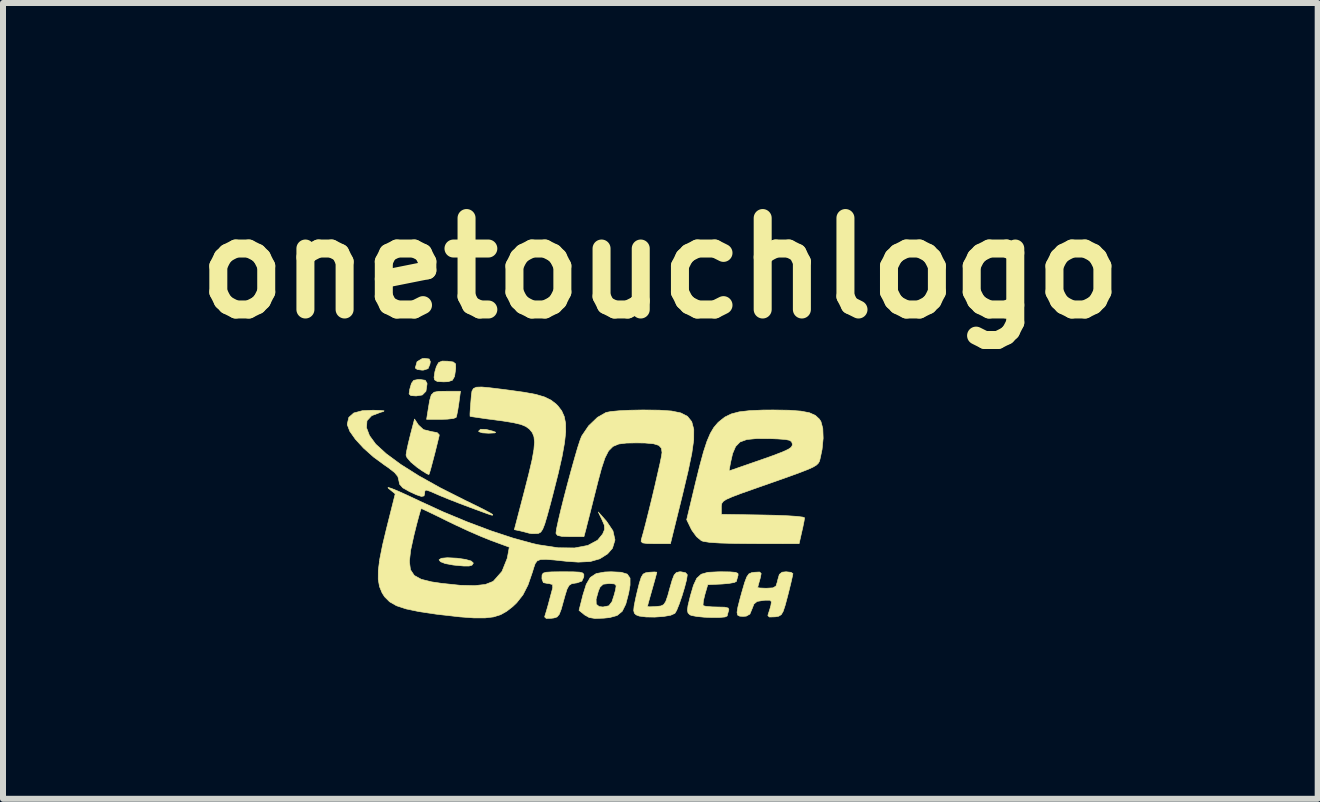
<source format=kicad_pcb>
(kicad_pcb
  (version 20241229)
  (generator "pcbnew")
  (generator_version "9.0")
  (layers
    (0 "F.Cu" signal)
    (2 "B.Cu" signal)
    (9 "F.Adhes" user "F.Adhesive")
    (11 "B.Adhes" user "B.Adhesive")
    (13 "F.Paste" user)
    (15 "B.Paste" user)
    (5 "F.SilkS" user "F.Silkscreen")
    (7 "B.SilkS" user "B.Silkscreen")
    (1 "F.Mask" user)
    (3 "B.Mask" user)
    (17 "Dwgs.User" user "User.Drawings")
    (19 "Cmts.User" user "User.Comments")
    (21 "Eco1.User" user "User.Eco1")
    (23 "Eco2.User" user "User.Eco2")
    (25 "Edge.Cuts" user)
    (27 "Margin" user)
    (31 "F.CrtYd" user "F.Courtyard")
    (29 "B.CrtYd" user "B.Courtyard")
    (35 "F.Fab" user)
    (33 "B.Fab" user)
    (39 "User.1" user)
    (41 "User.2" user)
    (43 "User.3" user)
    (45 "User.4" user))
  (footprint "onetouchlogo"
    (layer "F.Cu")
    (at 6.684 5.228)
    (property "Reference" "onetouchlogo" (at 1.27 -3.81 0) (layer "F.SilkS") (effects (font (size 1.524 1.524) (thickness 0.3))))
    (attr through_hole)
    (fp_poly (pts (xy -1.634 -1.122) (xy -1.524 -1.094) (xy -1.474 -1.075) (xy -1.488 -1.064) (xy -1.571 -1.06) (xy -1.592 -1.059) (xy -1.694 -1.065) (xy -1.753 -1.084) (xy -1.758 -1.094) (xy -1.725 -1.125) (xy -1.634 -1.122)) (stroke (width 0.01) (type solid)) (fill yes) (layer "F.SilkS"))
    (fp_poly (pts (xy -2.582 -2.296) (xy -2.563 -2.252) (xy -2.57 -2.208) (xy -2.601 -2.135) (xy -2.675 -2.111) (xy -2.701 -2.11) (xy -2.781 -2.121) (xy -2.814 -2.146) (xy -2.784 -2.251) (xy -2.699 -2.302) (xy -2.658 -2.306) (xy -2.582 -2.296)) (stroke (width 0.01) (type solid)) (fill yes) (layer "F.SilkS"))
    (fp_poly (pts (xy -2.648 -1.941) (xy -2.619 -1.893) (xy -2.618 -1.879) (xy -2.636 -1.758) (xy -2.697 -1.696) (xy -2.799 -1.68) (xy -2.887 -1.686) (xy -2.917 -1.714) (xy -2.907 -1.785) (xy -2.907 -1.788) (xy -2.877 -1.891) (xy -2.84 -1.94) (xy -2.772 -1.953) (xy -2.733 -1.954) (xy -2.648 -1.941)) (stroke (width 0.01) (type solid)) (fill yes) (layer "F.SilkS"))
    (fp_poly (pts (xy -2.114 1.024) (xy -1.977 1.044) (xy -1.882 1.071) (xy -1.847 1.104) (xy -1.848 1.109) (xy -1.869 1.14) (xy -1.917 1.154) (xy -2.008 1.154) (xy -2.158 1.14) (xy -2.185 1.137) (xy -2.315 1.113) (xy -2.394 1.082) (xy -2.418 1.05) (xy -2.378 1.025) (xy -2.279 1.016) (xy -2.114 1.024)) (stroke (width 0.01) (type solid)) (fill yes) (layer "F.SilkS"))
    (fp_poly (pts (xy -2.088 -1.556) (xy -2.107 -1.435) (xy -2.125 -1.347) (xy -2.134 -1.321) (xy -2.181 -1.304) (xy -2.282 -1.293) (xy -2.389 -1.29) (xy -2.625 -1.29) (xy -2.599 -1.456) (xy -2.574 -1.607) (xy -2.547 -1.697) (xy -2.501 -1.742) (xy -2.422 -1.757) (xy -2.298 -1.758) (xy -2.061 -1.758) (xy -2.088 -1.556)) (stroke (width 0.01) (type solid)) (fill yes) (layer "F.SilkS"))
    (fp_poly (pts (xy -2.276 -2.259) (xy -2.181 -2.246) (xy -2.142 -2.214) (xy -2.14 -2.144) (xy -2.141 -2.13) (xy -2.159 -2.006) (xy -2.195 -1.942) (xy -2.266 -1.918) (xy -2.343 -1.915) (xy -2.447 -1.921) (xy -2.492 -1.948) (xy -2.501 -1.99) (xy -2.487 -2.084) (xy -2.462 -2.169) (xy -2.425 -2.236) (xy -2.366 -2.261) (xy -2.276 -2.259)) (stroke (width 0.01) (type solid)) (fill yes) (layer "F.SilkS"))
    (fp_poly (pts (xy -2.762 -1.197) (xy -2.678 -1.119) (xy -2.55 -1.087) (xy -2.45 -1.069) (xy -2.415 -1.033) (xy -2.416 -1.016) (xy -2.447 -0.889) (xy -2.483 -0.743) (xy -2.521 -0.598) (xy -2.554 -0.474) (xy -2.578 -0.392) (xy -2.587 -0.37) (xy -2.622 -0.384) (xy -2.702 -0.434) (xy -2.785 -0.492) (xy -2.886 -0.576) (xy -2.952 -0.653) (xy -2.968 -0.694) (xy -2.957 -0.765) (xy -2.931 -0.885) (xy -2.896 -1.028) (xy -2.896 -1.029) (xy -2.826 -1.295) (xy -2.762 -1.197)) (stroke (width 0.01) (type solid)) (fill yes) (layer "F.SilkS"))
    (fp_poly (pts (xy -0.182 1.251) (xy -0.078 1.256) (xy -0.024 1.27) (xy -0.005 1.294) (xy -0.006 1.334) (xy -0.007 1.338) (xy -0.038 1.406) (xy -0.119 1.435) (xy -0.143 1.438) (xy -0.207 1.449) (xy -0.251 1.477) (xy -0.285 1.539) (xy -0.32 1.652) (xy -0.342 1.731) (xy -0.382 1.875) (xy -0.415 1.96) (xy -0.452 2.003) (xy -0.505 2.02) (xy -0.546 2.025) (xy -0.632 2.027) (xy -0.658 2.003) (xy -0.652 1.979) (xy -0.629 1.905) (xy -0.597 1.793) (xy -0.586 1.751) (xy -0.554 1.631) (xy -0.528 1.535) (xy -0.523 1.514) (xy -0.526 1.463) (xy -0.587 1.446) (xy -0.603 1.446) (xy -0.679 1.431) (xy -0.703 1.37) (xy -0.703 1.348) (xy -0.701 1.302) (xy -0.682 1.273) (xy -0.634 1.258) (xy -0.539 1.252) (xy -0.384 1.25) (xy -0.349 1.25) (xy -0.182 1.251)) (stroke (width 0.01) (type solid)) (fill yes) (layer "F.SilkS"))
    (fp_poly (pts (xy 0.617 1.258) (xy 0.719 1.289) (xy 0.765 1.356) (xy 0.765 1.473) (xy 0.742 1.606) (xy 0.694 1.789) (xy 0.635 1.908) (xy 0.55 1.978) (xy 0.425 2.013) (xy 0.328 2.023) (xy 0.181 2.028) (xy 0.084 2.012) (xy 0.011 1.971) (xy 0.006 1.967) (xy -0.085 1.893) (xy -0.038 1.708) (xy 0.199 1.708) (xy 0.202 1.791) (xy 0.251 1.83) (xy 0.314 1.837) (xy 0.412 1.817) (xy 0.464 1.749) (xy 0.464 1.749) (xy 0.499 1.641) (xy 0.523 1.553) (xy 0.534 1.481) (xy 0.506 1.452) (xy 0.419 1.446) (xy 0.415 1.446) (xy 0.318 1.457) (xy 0.265 1.506) (xy 0.238 1.569) (xy 0.199 1.708) (xy -0.038 1.708) (xy -0.021 1.64) (xy 0.035 1.46) (xy 0.103 1.344) (xy 0.201 1.28) (xy 0.343 1.254) (xy 0.449 1.25) (xy 0.617 1.258)) (stroke (width 0.01) (type solid)) (fill yes) (layer "F.SilkS"))
    (fp_poly (pts (xy 2.432 1.252) (xy 2.523 1.26) (xy 2.563 1.277) (xy 2.566 1.306) (xy 2.564 1.312) (xy 2.543 1.386) (xy 2.54 1.408) (xy 2.504 1.428) (xy 2.412 1.444) (xy 2.3 1.454) (xy 2.06 1.465) (xy 2.012 1.63) (xy 1.987 1.734) (xy 1.981 1.803) (xy 1.985 1.815) (xy 2.033 1.827) (xy 2.133 1.835) (xy 2.219 1.837) (xy 2.341 1.84) (xy 2.4 1.854) (xy 2.412 1.883) (xy 2.407 1.898) (xy 2.387 1.967) (xy 2.384 1.986) (xy 2.349 2.003) (xy 2.258 2.011) (xy 2.135 2.012) (xy 2 2.007) (xy 1.878 1.995) (xy 1.789 1.978) (xy 1.762 1.967) (xy 1.731 1.936) (xy 1.721 1.891) (xy 1.731 1.813) (xy 1.763 1.682) (xy 1.769 1.656) (xy 1.822 1.476) (xy 1.877 1.358) (xy 1.951 1.291) (xy 2.062 1.259) (xy 2.227 1.251) (xy 2.277 1.25) (xy 2.432 1.252)) (stroke (width 0.01) (type solid)) (fill yes) (layer "F.SilkS"))
    (fp_poly (pts (xy 1.69 1.266) (xy 1.719 1.299) (xy 1.707 1.382) (xy 1.675 1.506) (xy 1.632 1.649) (xy 1.585 1.786) (xy 1.542 1.893) (xy 1.512 1.943) (xy 1.443 1.974) (xy 1.322 1.995) (xy 1.176 2.005) (xy 1.033 2.003) (xy 0.918 1.988) (xy 0.866 1.968) (xy 0.837 1.94) (xy 0.826 1.896) (xy 0.833 1.82) (xy 0.858 1.696) (xy 0.881 1.596) (xy 0.92 1.439) (xy 0.951 1.342) (xy 0.983 1.289) (xy 1.025 1.267) (xy 1.085 1.258) (xy 1.171 1.253) (xy 1.211 1.257) (xy 1.211 1.258) (xy 1.201 1.299) (xy 1.175 1.395) (xy 1.138 1.526) (xy 1.133 1.544) (xy 1.095 1.678) (xy 1.067 1.779) (xy 1.055 1.828) (xy 1.055 1.829) (xy 1.089 1.834) (xy 1.175 1.831) (xy 1.201 1.829) (xy 1.277 1.82) (xy 1.325 1.798) (xy 1.36 1.746) (xy 1.394 1.648) (xy 1.425 1.534) (xy 1.467 1.389) (xy 1.5 1.304) (xy 1.536 1.264) (xy 1.585 1.251) (xy 1.611 1.25) (xy 1.69 1.266)) (stroke (width 0.01) (type solid)) (fill yes) (layer "F.SilkS"))
    (fp_poly (pts (xy -1.569 -1.816) (xy -1.372 -1.792) (xy -1.256 -1.777) (xy -0.997 -1.741) (xy -0.802 -1.705) (xy -0.658 -1.662) (xy -0.55 -1.609) (xy -0.464 -1.542) (xy -0.436 -1.513) (xy -0.374 -1.432) (xy -0.332 -1.338) (xy -0.309 -1.224) (xy -0.307 -1.08) (xy -0.327 -0.898) (xy -0.368 -0.67) (xy -0.432 -0.388) (xy -0.519 -0.044) (xy -0.561 0.117) (xy -0.616 0.318) (xy -0.657 0.456) (xy -0.691 0.542) (xy -0.723 0.589) (xy -0.758 0.609) (xy -0.785 0.613) (xy -0.874 0.614) (xy -0.918 0.607) (xy -0.984 0.589) (xy -1.06 0.57) (xy -1.163 0.548) (xy -0.992 -0.107) (xy -0.919 -0.394) (xy -0.867 -0.616) (xy -0.837 -0.785) (xy -0.827 -0.909) (xy -0.836 -1) (xy -0.863 -1.068) (xy -0.909 -1.124) (xy -0.915 -1.13) (xy -0.973 -1.172) (xy -1.057 -1.206) (xy -1.181 -1.235) (xy -1.36 -1.264) (xy -1.451 -1.276) (xy -1.627 -1.299) (xy -1.771 -1.32) (xy -1.868 -1.334) (xy -1.901 -1.341) (xy -1.902 -1.381) (xy -1.896 -1.477) (xy -1.887 -1.593) (xy -1.879 -1.691) (xy -1.869 -1.761) (xy -1.844 -1.804) (xy -1.794 -1.826) (xy -1.706 -1.829) (xy -1.569 -1.816)) (stroke (width 0.01) (type solid)) (fill yes) (layer "F.SilkS"))
    (fp_poly (pts (xy 3.446 1.259) (xy 3.479 1.28) (xy 3.47 1.328) (xy 3.446 1.434) (xy 3.411 1.577) (xy 3.393 1.648) (xy 3.35 1.809) (xy 3.317 1.909) (xy 3.285 1.964) (xy 3.243 1.99) (xy 3.183 2.001) (xy 3.175 2.001) (xy 3.088 2.004) (xy 3.062 1.981) (xy 3.066 1.962) (xy 3.092 1.882) (xy 3.112 1.811) (xy 3.121 1.749) (xy 3.096 1.724) (xy 3.015 1.724) (xy 2.986 1.727) (xy 2.883 1.744) (xy 2.83 1.787) (xy 2.799 1.866) (xy 2.762 1.955) (xy 2.702 1.989) (xy 2.652 1.993) (xy 2.593 1.99) (xy 2.558 1.972) (xy 2.548 1.926) (xy 2.562 1.839) (xy 2.598 1.698) (xy 2.63 1.583) (xy 2.675 1.429) (xy 2.71 1.336) (xy 2.745 1.286) (xy 2.791 1.265) (xy 2.842 1.258) (xy 2.924 1.254) (xy 2.95 1.279) (xy 2.935 1.354) (xy 2.929 1.375) (xy 2.904 1.464) (xy 2.892 1.512) (xy 2.892 1.514) (xy 2.926 1.52) (xy 3.013 1.524) (xy 3.046 1.524) (xy 3.147 1.518) (xy 3.197 1.488) (xy 3.221 1.413) (xy 3.226 1.387) (xy 3.253 1.294) (xy 3.299 1.257) (xy 3.365 1.25) (xy 3.446 1.259)) (stroke (width 0.01) (type solid)) (fill yes) (layer "F.SilkS"))
    (fp_poly (pts (xy -3.39 -1.438) (xy -3.334 -1.432) (xy -3.343 -1.421) (xy -3.39 -1.408) (xy -3.541 -1.351) (xy -3.619 -1.267) (xy -3.627 -1.151) (xy -3.577 -1.019) (xy -3.473 -0.877) (xy -3.298 -0.717) (xy -3.058 -0.54) (xy -2.757 -0.35) (xy -2.399 -0.15) (xy -1.989 0.057) (xy -1.973 0.065) (xy -1.804 0.147) (xy -1.664 0.217) (xy -1.567 0.269) (xy -1.525 0.295) (xy -1.524 0.297) (xy -1.524 0.305) (xy -1.531 0.308) (xy -1.56 0.301) (xy -1.624 0.279) (xy -1.735 0.238) (xy -1.895 0.179) (xy -2.076 0.111) (xy -2.253 0.042) (xy -2.397 -0.017) (xy -2.436 -0.034) (xy -2.557 -0.087) (xy -2.623 -0.11) (xy -2.651 -0.106) (xy -2.657 -0.076) (xy -2.657 -0.059) (xy -2.668 -0.014) (xy -2.711 -0.005) (xy -2.797 -0.034) (xy -2.91 -0.086) (xy -3.022 -0.149) (xy -3.075 -0.209) (xy -3.088 -0.272) (xy -3.104 -0.337) (xy -3.159 -0.404) (xy -3.266 -0.487) (xy -3.326 -0.528) (xy -3.51 -0.663) (xy -3.676 -0.811) (xy -3.811 -0.958) (xy -3.905 -1.091) (xy -3.946 -1.199) (xy -3.947 -1.212) (xy -3.921 -1.323) (xy -3.839 -1.396) (xy -3.696 -1.434) (xy -3.518 -1.442) (xy -3.39 -1.438)) (stroke (width 0.01) (type solid)) (fill yes) (layer "F.SilkS"))
    (fp_poly (pts (xy 1.253 -1.443) (xy 1.456 -1.429) (xy 1.611 -1.397) (xy 1.722 -1.34) (xy 1.793 -1.251) (xy 1.827 -1.123) (xy 1.826 -0.949) (xy 1.794 -0.722) (xy 1.734 -0.434) (xy 1.65 -0.079) (xy 1.638 -0.029) (xy 1.438 0.782) (xy 1.185 0.782) (xy 1.049 0.779) (xy 0.976 0.769) (xy 0.95 0.746) (xy 0.953 0.713) (xy 0.987 0.593) (xy 1.03 0.428) (xy 1.079 0.232) (xy 1.131 0.02) (xy 1.181 -0.191) (xy 1.226 -0.388) (xy 1.264 -0.554) (xy 1.289 -0.676) (xy 1.298 -0.737) (xy 1.298 -0.737) (xy 1.288 -0.809) (xy 1.245 -0.856) (xy 1.158 -0.883) (xy 1.015 -0.896) (xy 0.872 -0.898) (xy 0.704 -0.895) (xy 0.577 -0.879) (xy 0.481 -0.839) (xy 0.407 -0.765) (xy 0.347 -0.647) (xy 0.29 -0.476) (xy 0.227 -0.241) (xy 0.211 -0.176) (xy 0.158 0.034) (xy 0.109 0.229) (xy 0.068 0.39) (xy 0.04 0.499) (xy 0.036 0.518) (xy -0.003 0.664) (xy -0.236 0.664) (xy -0.371 0.66) (xy -0.443 0.644) (xy -0.468 0.613) (xy -0.469 0.604) (xy -0.459 0.531) (xy -0.43 0.397) (xy -0.388 0.219) (xy -0.336 0.011) (xy -0.278 -0.211) (xy -0.218 -0.433) (xy -0.16 -0.64) (xy -0.109 -0.816) (xy -0.067 -0.945) (xy -0.041 -1.011) (xy 0.075 -1.182) (xy 0.222 -1.323) (xy 0.364 -1.404) (xy 0.444 -1.42) (xy 0.583 -1.433) (xy 0.763 -1.442) (xy 0.966 -1.446) (xy 1.001 -1.446) (xy 1.253 -1.443)) (stroke (width 0.01) (type solid)) (fill yes) (layer "F.SilkS"))
    (fp_poly (pts (xy 3.416 -1.442) (xy 3.613 -1.427) (xy 3.754 -1.4) (xy 3.853 -1.356) (xy 3.919 -1.295) (xy 3.946 -1.253) (xy 3.977 -1.138) (xy 3.983 -0.975) (xy 3.965 -0.79) (xy 3.943 -0.684) (xy 3.932 -0.634) (xy 3.922 -0.594) (xy 3.904 -0.561) (xy 3.872 -0.529) (xy 3.816 -0.495) (xy 3.73 -0.456) (xy 3.604 -0.407) (xy 3.432 -0.344) (xy 3.204 -0.263) (xy 2.913 -0.161) (xy 2.814 -0.126) (xy 2.607 -0.053) (xy 2.463 0.002) (xy 2.37 0.043) (xy 2.317 0.078) (xy 2.293 0.113) (xy 2.286 0.155) (xy 2.286 0.176) (xy 2.286 0.293) (xy 2.98 0.304) (xy 3.203 0.309) (xy 3.396 0.317) (xy 3.547 0.327) (xy 3.643 0.339) (xy 3.673 0.35) (xy 3.665 0.405) (xy 3.644 0.509) (xy 3.627 0.583) (xy 3.582 0.782) (xy 2.817 0.781) (xy 2.503 0.778) (xy 2.263 0.771) (xy 2.092 0.76) (xy 1.985 0.743) (xy 1.954 0.732) (xy 1.874 0.666) (xy 1.798 0.562) (xy 1.782 0.533) (xy 1.709 0.382) (xy 1.855 -0.229) (xy 1.905 -0.43) (xy 2.414 -0.43) (xy 2.947 -0.615) (xy 3.158 -0.69) (xy 3.306 -0.747) (xy 3.4 -0.79) (xy 3.451 -0.825) (xy 3.469 -0.858) (xy 3.47 -0.879) (xy 3.457 -0.917) (xy 3.423 -0.941) (xy 3.351 -0.955) (xy 3.226 -0.964) (xy 3.103 -0.969) (xy 2.875 -0.97) (xy 2.711 -0.954) (xy 2.598 -0.913) (xy 2.524 -0.837) (xy 2.474 -0.72) (xy 2.44 -0.571) (xy 2.414 -0.43) (xy 1.905 -0.43) (xy 1.928 -0.523) (xy 1.99 -0.751) (xy 2.047 -0.925) (xy 2.103 -1.056) (xy 2.161 -1.154) (xy 2.227 -1.232) (xy 2.252 -1.255) (xy 2.345 -1.328) (xy 2.451 -1.38) (xy 2.584 -1.415) (xy 2.757 -1.435) (xy 2.984 -1.445) (xy 3.153 -1.446) (xy 3.416 -1.442)) (stroke (width 0.01) (type solid)) (fill yes) (layer "F.SilkS"))
    (fp_poly (pts (xy -3.211 -0.139) (xy -3.1 -0.094) (xy -2.945 -0.024) (xy -2.753 0.066) (xy -2.735 0.075) (xy -2.345 0.254) (xy -1.945 0.42) (xy -1.554 0.567) (xy -1.188 0.688) (xy -0.865 0.777) (xy -0.763 0.8) (xy -0.434 0.85) (xy -0.158 0.853) (xy 0.062 0.811) (xy 0.224 0.724) (xy 0.308 0.622) (xy 0.341 0.544) (xy 0.336 0.472) (xy 0.3 0.388) (xy 0.236 0.254) (xy 0.372 0.407) (xy 0.48 0.568) (xy 0.514 0.72) (xy 0.472 0.858) (xy 0.39 0.952) (xy 0.26 1.034) (xy 0.103 1.079) (xy -0.098 1.089) (xy -0.288 1.076) (xy -0.494 1.054) (xy -0.635 1.043) (xy -0.727 1.046) (xy -0.782 1.068) (xy -0.816 1.114) (xy -0.841 1.186) (xy -0.86 1.25) (xy -0.936 1.471) (xy -1.02 1.635) (xy -1.124 1.767) (xy -1.189 1.829) (xy -1.289 1.907) (xy -1.391 1.965) (xy -1.509 2.002) (xy -1.652 2.019) (xy -1.834 2.019) (xy -2.065 2.002) (xy -2.358 1.969) (xy -2.468 1.956) (xy -2.75 1.914) (xy -2.966 1.869) (xy -3.127 1.816) (xy -3.242 1.75) (xy -3.325 1.667) (xy -3.367 1.601) (xy -3.41 1.497) (xy -3.431 1.376) (xy -3.43 1.228) (xy -3.411 1.079) (xy -2.912 1.079) (xy -2.894 1.216) (xy -2.831 1.311) (xy -2.716 1.375) (xy -2.543 1.418) (xy -2.382 1.442) (xy -2.068 1.475) (xy -1.824 1.481) (xy -1.645 1.461) (xy -1.525 1.414) (xy -1.509 1.403) (xy -1.369 1.244) (xy -1.283 1.03) (xy -1.272 0.976) (xy -1.247 0.84) (xy -1.552 0.728) (xy -1.716 0.662) (xy -1.921 0.573) (xy -2.135 0.474) (xy -2.278 0.405) (xy -2.442 0.324) (xy -2.579 0.258) (xy -2.674 0.213) (xy -2.714 0.195) (xy -2.714 0.195) (xy -2.728 0.231) (xy -2.756 0.328) (xy -2.794 0.471) (xy -2.836 0.64) (xy -2.891 0.891) (xy -2.912 1.079) (xy -3.411 1.079) (xy -3.406 1.04) (xy -3.358 0.8) (xy -3.294 0.533) (xy -3.148 -0.048) (xy -3.264 -0.143) (xy -3.268 -0.156) (xy -3.211 -0.139)) (stroke (width 0.01) (type solid)) (fill yes) (layer "F.SilkS")))
  (gr_rect
    (start -3 -3)
    (end 18.908 10.261)
    (stroke (width 0.1) (type default))
    (fill no)
    (layer "Edge.Cuts")))
</source>
